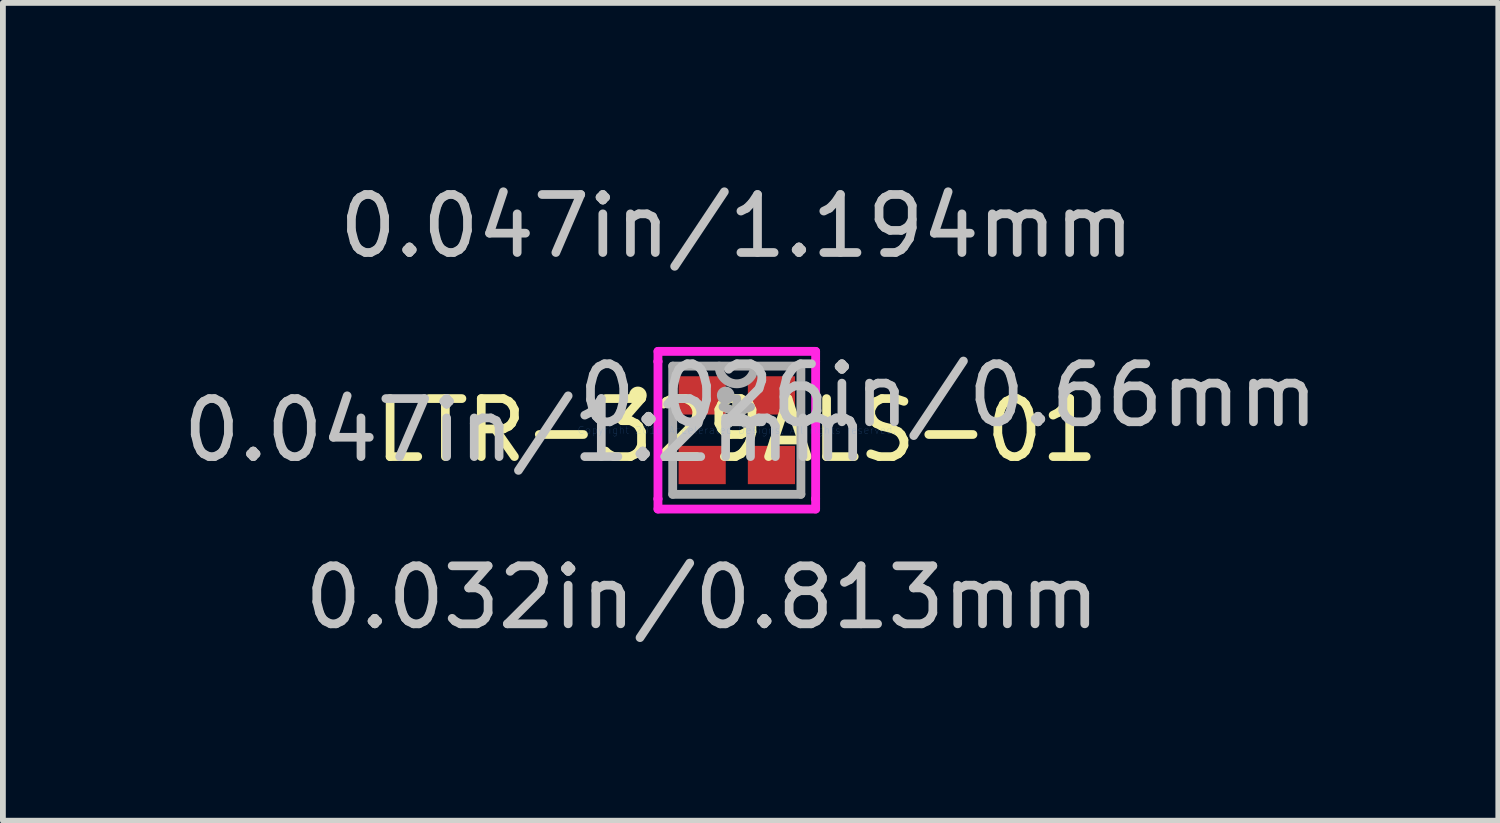
<source format=kicad_pcb>
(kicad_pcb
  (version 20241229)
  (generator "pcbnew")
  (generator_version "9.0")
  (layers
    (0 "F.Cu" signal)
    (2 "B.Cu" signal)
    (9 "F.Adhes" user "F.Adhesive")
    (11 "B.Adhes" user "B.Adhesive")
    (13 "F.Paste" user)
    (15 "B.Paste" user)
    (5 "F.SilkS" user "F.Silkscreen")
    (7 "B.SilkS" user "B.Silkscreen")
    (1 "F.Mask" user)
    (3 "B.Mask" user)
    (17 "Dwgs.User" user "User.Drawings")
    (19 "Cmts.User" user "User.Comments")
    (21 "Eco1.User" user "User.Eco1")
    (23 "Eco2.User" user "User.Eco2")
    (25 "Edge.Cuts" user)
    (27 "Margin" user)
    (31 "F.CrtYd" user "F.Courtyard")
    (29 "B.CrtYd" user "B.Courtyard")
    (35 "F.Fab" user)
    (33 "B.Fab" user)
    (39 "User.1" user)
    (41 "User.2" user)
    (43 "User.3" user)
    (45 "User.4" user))
  (footprint "LTR-329ALS-01"
    (layer "F.Cu")
    (at 9.651 4.366)
    (property "Reference" "LTR-329ALS-01" (at 0 0 0) (layer "F.SilkS") (effects (font (size 1 1) (thickness 0.15))))
    (attr through_hole)
    (fp_circle (center -1.705 -0.6) (end -1.629 -0.6) (stroke (width 0.152) (type solid)) (fill no) (layer "F.SilkS"))
    (fp_line (start -1.359 -1.359) (end 1.359 -1.359) (stroke (width 0.152) (type solid)) (layer "F.CrtYd"))
    (fp_line (start -1.359 -1.184) (end -1.359 -1.359) (stroke (width 0.152) (type solid)) (layer "F.CrtYd"))
    (fp_line (start -1.359 -1.184) (end -1.359 -1.184) (stroke (width 0.152) (type solid)) (layer "F.CrtYd"))
    (fp_line (start -1.359 1.184) (end -1.359 -1.184) (stroke (width 0.152) (type solid)) (layer "F.CrtYd"))
    (fp_line (start -1.359 1.184) (end -1.359 1.184) (stroke (width 0.152) (type solid)) (layer "F.CrtYd"))
    (fp_line (start -1.359 1.359) (end -1.359 1.184) (stroke (width 0.152) (type solid)) (layer "F.CrtYd"))
    (fp_line (start 1.359 -1.359) (end 1.359 -1.184) (stroke (width 0.152) (type solid)) (layer "F.CrtYd"))
    (fp_line (start 1.359 -1.184) (end 1.359 -1.184) (stroke (width 0.152) (type solid)) (layer "F.CrtYd"))
    (fp_line (start 1.359 -1.184) (end 1.359 1.184) (stroke (width 0.152) (type solid)) (layer "F.CrtYd"))
    (fp_line (start 1.359 1.184) (end 1.359 1.184) (stroke (width 0.152) (type solid)) (layer "F.CrtYd"))
    (fp_line (start 1.359 1.184) (end 1.359 1.359) (stroke (width 0.152) (type solid)) (layer "F.CrtYd"))
    (fp_line (start 1.359 1.359) (end -1.359 1.359) (stroke (width 0.152) (type solid)) (layer "F.CrtYd"))
    (fp_line (start -1.105 -1.105) (end -1.105 1.105) (stroke (width 0.152) (type solid)) (layer "F.Fab"))
    (fp_line (start -1.105 1.105) (end 1.105 1.105) (stroke (width 0.152) (type solid)) (layer "F.Fab"))
    (fp_line (start 1.105 -1.105) (end -1.105 -1.105) (stroke (width 0.152) (type solid)) (layer "F.Fab"))
    (fp_line (start 1.105 1.105) (end 1.105 -1.105) (stroke (width 0.152) (type solid)) (layer "F.Fab"))
    (fp_arc (start 0.3048 -1.1049) (mid 0 -0.8001) (end -0.3048 -1.1049) (stroke (width 0.1524) (type solid)) (layer "F.Fab"))
    (fp_circle (center -0.191 -0.6) (end -0.191 -0.6) (stroke (width 0.152) (type solid)) (fill no) (layer "F.Fab"))
    (fp_text user "*" (at 0 0 0) (layer "F.SilkS") (effects (font (size 1 1) (thickness 0.15))))
    (fp_text user "0.026in/0.66mm" (at 3.645 -0.6 0) (layer "Dwgs.User") (effects (font (size 1 1) (thickness 0.15))))
    (fp_text user "0.047in/1.194mm" (at 0 -3.518 0) (layer "Dwgs.User") (effects (font (size 1 1) (thickness 0.15))))
    (fp_text user "0.032in/0.813mm" (at -0.597 2.883 0) (layer "Dwgs.User") (effects (font (size 1 1) (thickness 0.15))))
    (fp_text user "0.047in/1.2mm" (at -3.645 0 0) (layer "Dwgs.User") (effects (font (size 1 1) (thickness 0.15))))
    (fp_text user "Copyright 2016 Accelerated Designs. All rights reserved." (at 0 0 0) (layer "Cmts.User") (effects (font (size 0.127 0.127) (thickness 0.002))))
    (fp_text user "*" (at 0 0 0) (layer "F.Fab") (effects (font (size 1 1) (thickness 0.15))))
    (pad "1" smd rect (at -0.597 -0.6) (size 0.813 0.66) (layers "F.Cu" "F.Mask" "F.Paste"))
    (pad "2" smd rect (at -0.597 0.6) (size 0.813 0.66) (layers "F.Cu" "F.Mask" "F.Paste"))
    (pad "3" smd rect (at 0.597 0.6) (size 0.813 0.66) (layers "F.Cu" "F.Mask" "F.Paste"))
    (pad "4" smd rect (at 0.597 -0.6) (size 0.813 0.66) (layers "F.Cu" "F.Mask" "F.Paste")))
  (gr_rect
    (start -3 -3)
    (end 22.778 11.097)
    (stroke (width 0.1) (type default))
    (fill no)
    (layer "Edge.Cuts")))
</source>
